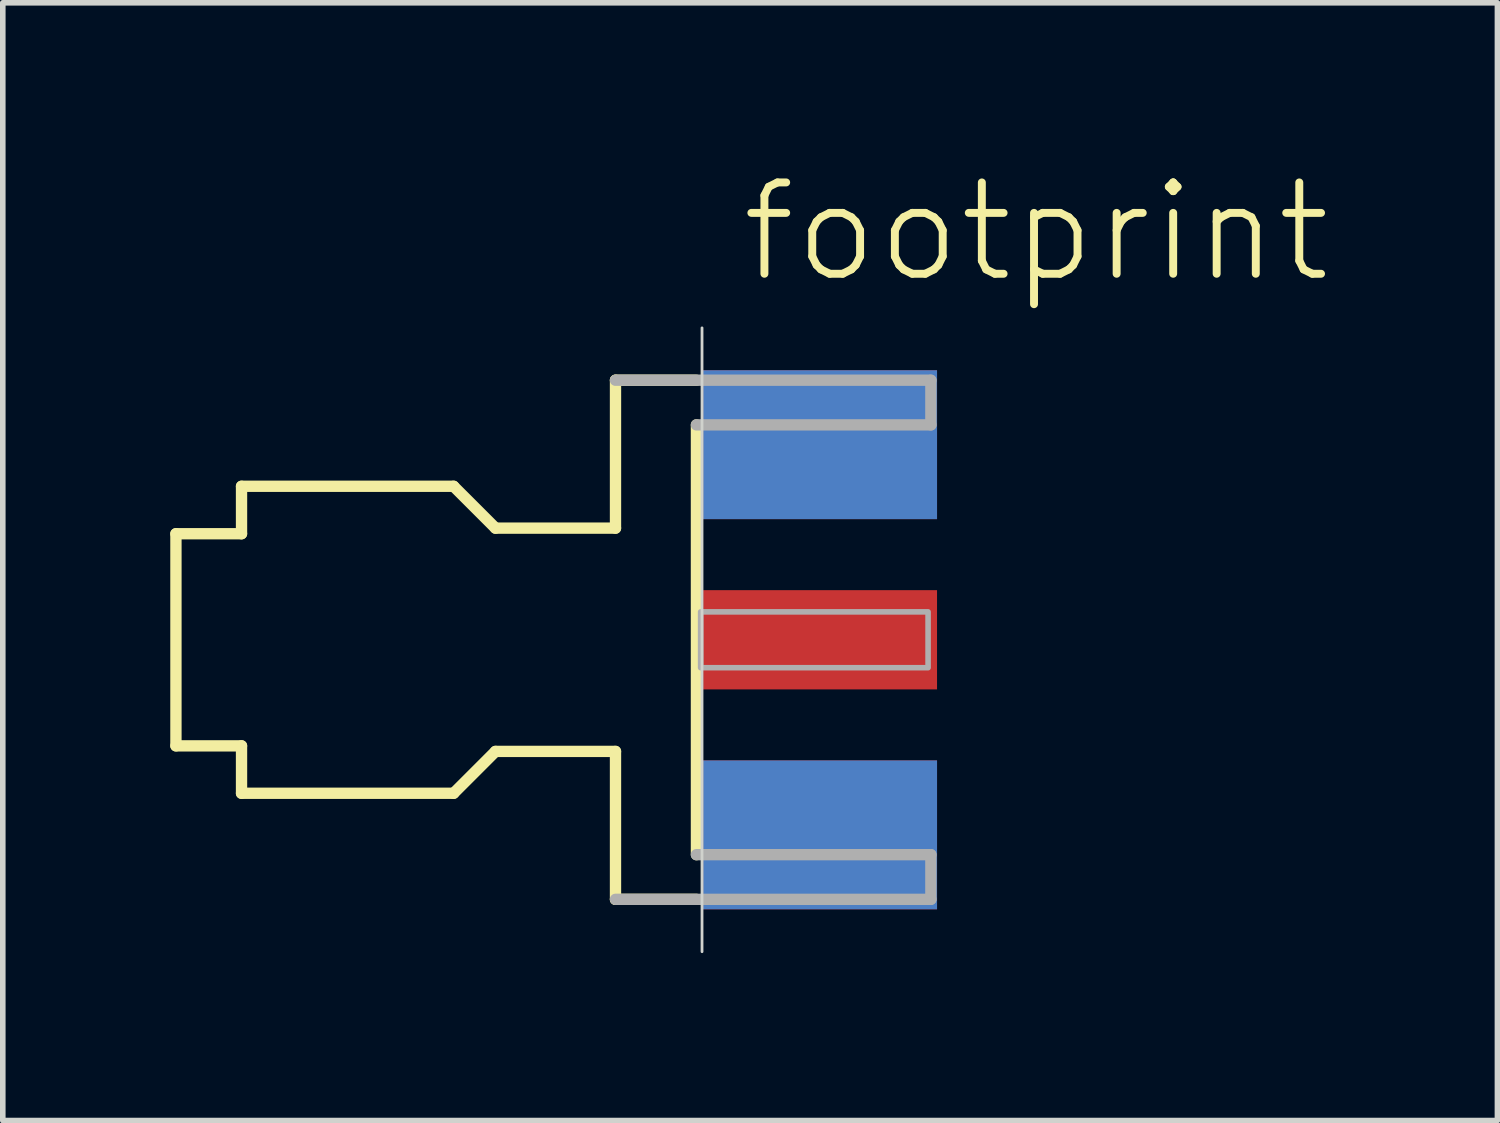
<source format=kicad_pcb>
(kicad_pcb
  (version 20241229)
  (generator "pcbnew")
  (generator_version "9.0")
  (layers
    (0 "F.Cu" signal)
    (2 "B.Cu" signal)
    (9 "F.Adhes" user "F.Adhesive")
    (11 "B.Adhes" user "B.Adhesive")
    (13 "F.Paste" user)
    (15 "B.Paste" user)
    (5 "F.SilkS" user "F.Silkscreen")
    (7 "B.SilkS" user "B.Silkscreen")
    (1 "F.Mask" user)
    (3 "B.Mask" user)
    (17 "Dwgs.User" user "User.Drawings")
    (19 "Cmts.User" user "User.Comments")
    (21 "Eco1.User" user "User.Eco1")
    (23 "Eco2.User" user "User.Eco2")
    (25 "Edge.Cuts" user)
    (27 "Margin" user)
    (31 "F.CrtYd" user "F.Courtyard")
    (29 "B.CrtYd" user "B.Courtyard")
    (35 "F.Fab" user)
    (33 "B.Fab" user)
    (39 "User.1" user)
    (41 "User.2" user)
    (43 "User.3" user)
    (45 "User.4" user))
  (footprint "footprint"
    (layer "F.Cu")
    (at 9.527 8.412)
    (property "Reference" "footprint" (at 0.635 -6.35 0) (layer "F.SilkS") (effects (font (size 1.636 1.636) (thickness 0.142)) (justify left bottom)))
    (fp_line (start -9.425 -1.9) (end -8.25 -1.9) (stroke (width 0.203) (type solid)) (layer "F.SilkS"))
    (fp_line (start -9.425 1.9) (end -9.425 -1.9) (stroke (width 0.203) (type solid)) (layer "F.SilkS"))
    (fp_line (start -8.25 -2.75) (end -4.45 -2.75) (stroke (width 0.203) (type solid)) (layer "F.SilkS"))
    (fp_line (start -8.25 -1.9) (end -8.25 -2.75) (stroke (width 0.203) (type solid)) (layer "F.SilkS"))
    (fp_line (start -8.25 1.9) (end -9.425 1.9) (stroke (width 0.203) (type solid)) (layer "F.SilkS"))
    (fp_line (start -8.25 2.75) (end -8.25 1.9) (stroke (width 0.203) (type solid)) (layer "F.SilkS"))
    (fp_line (start -4.45 -2.75) (end -3.7 -2) (stroke (width 0.203) (type solid)) (layer "F.SilkS"))
    (fp_line (start -4.45 2.75) (end -8.25 2.75) (stroke (width 0.203) (type solid)) (layer "F.SilkS"))
    (fp_line (start -3.7 -2) (end -1.55 -2) (stroke (width 0.203) (type solid)) (layer "F.SilkS"))
    (fp_line (start -3.7 2) (end -4.45 2.75) (stroke (width 0.203) (type solid)) (layer "F.SilkS"))
    (fp_line (start -1.55 -4.65) (end -0.1 -4.65) (stroke (width 0.203) (type solid)) (layer "F.SilkS"))
    (fp_line (start -1.55 -2) (end -1.55 -4.65) (stroke (width 0.203) (type solid)) (layer "F.SilkS"))
    (fp_line (start -1.55 2) (end -3.7 2) (stroke (width 0.203) (type solid)) (layer "F.SilkS"))
    (fp_line (start -1.55 4.65) (end -1.55 2) (stroke (width 0.203) (type solid)) (layer "F.SilkS"))
    (fp_line (start -0.1 3.85) (end -0.1 -3.85) (stroke (width 0.203) (type solid)) (layer "F.SilkS"))
    (fp_line (start -0.1 4.65) (end -1.55 4.65) (stroke (width 0.203) (type solid)) (layer "F.SilkS"))
    (fp_line (start 0 -5.588) (end 0 5.588) (stroke (width 0.05) (type solid)) (layer "Edge.Cuts"))
    (fp_line (start -1.55 -4.65) (end 4.1 -4.65) (stroke (width 0.203) (type solid)) (layer "F.Fab"))
    (fp_line (start -0.1 -3.85) (end 4.1 -3.85) (stroke (width 0.203) (type solid)) (layer "F.Fab"))
    (fp_line (start 4.1 -3.85) (end 4.1 -4.65) (stroke (width 0.203) (type solid)) (layer "F.Fab"))
    (fp_line (start 4.1 3.85) (end -0.1 3.85) (stroke (width 0.203) (type solid)) (layer "F.Fab"))
    (fp_line (start 4.1 4.65) (end -1.55 4.65) (stroke (width 0.203) (type solid)) (layer "F.Fab"))
    (fp_line (start 4.1 4.65) (end 4.1 3.85) (stroke (width 0.203) (type solid)) (layer "F.Fab"))
    (fp_poly (pts (xy -0.025 0.5) (xy 4.05 0.5) (xy 4.05 -0.5) (xy -0.025 -0.5)) (stroke (width 0.1) (type solid)) (fill no) (layer "F.Fab"))
    (pad "1" smd rect (at 2.115 0) (size 4.191 1.778) (layers "F.Cu" "F.Mask" "F.Paste"))
    (pad "G@1" smd rect (at 2.115 -3.495) (size 4.191 2.667) (layers "F.Cu" "F.Mask" "F.Paste"))
    (pad "G@2" smd rect (at 2.115 3.495) (size 4.191 2.667) (layers "F.Cu" "F.Mask" "F.Paste"))
    (pad "G@3" smd rect (at 2.115 -3.495) (size 4.191 2.667) (layers "B.Cu" "B.Mask" "B.Paste"))
    (pad "G@4" smd rect (at 2.115 3.495) (size 4.191 2.667) (layers "B.Cu" "B.Mask" "B.Paste")))
  (gr_rect
    (start -3 -3)
    (end 23.777 17.025)
    (stroke (width 0.1) (type default))
    (fill no)
    (layer "Edge.Cuts")))
</source>
